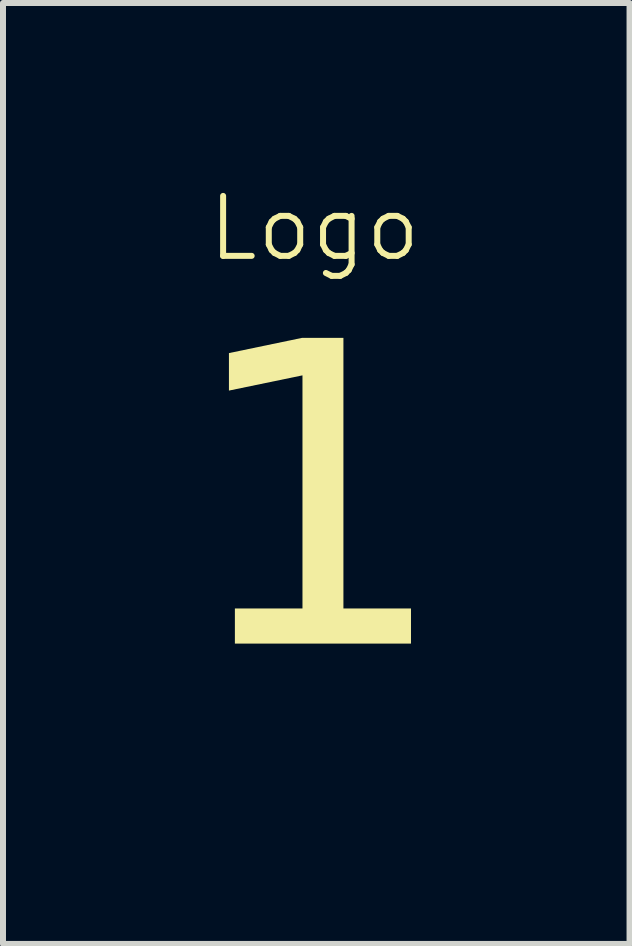
<source format=kicad_pcb>
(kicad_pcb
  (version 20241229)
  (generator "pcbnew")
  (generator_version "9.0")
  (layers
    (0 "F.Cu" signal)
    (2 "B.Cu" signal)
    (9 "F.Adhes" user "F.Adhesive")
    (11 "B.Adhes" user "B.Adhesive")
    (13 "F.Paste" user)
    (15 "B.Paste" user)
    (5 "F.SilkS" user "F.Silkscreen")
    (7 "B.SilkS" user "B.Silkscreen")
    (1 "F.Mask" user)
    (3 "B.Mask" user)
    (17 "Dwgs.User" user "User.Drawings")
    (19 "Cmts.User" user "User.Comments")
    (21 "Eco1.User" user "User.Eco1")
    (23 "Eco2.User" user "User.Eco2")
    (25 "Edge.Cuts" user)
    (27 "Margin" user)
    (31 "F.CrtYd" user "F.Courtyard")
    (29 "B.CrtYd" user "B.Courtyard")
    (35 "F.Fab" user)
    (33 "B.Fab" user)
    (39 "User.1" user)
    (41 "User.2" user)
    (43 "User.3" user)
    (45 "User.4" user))
  (footprint "Logo"
    (layer "F.Cu")
    (at 2.195 4.96)
    (property "Reference" "Logo" (at 0 -4.2 0) (unlocked yes) (layer "F.SilkS") (effects (font (size 1 1) (thickness 0.1))))
    (attr smd)
    (fp_text user "1" (at 0.03 0.65 0) (unlocked yes) (layer "F.SilkS") (effects (font (face "miscelaneous") (size 5 5) (thickness 0.1))))
    (fp_text user "${REFERENCE}" (at 0 3.86 0) (unlocked yes) (layer "User.3") (effects (font (size 1 1) (thickness 0.15)))))
  (gr_rect
    (start -3 -3)
    (end 7.45 12.694)
    (stroke (width 0.1) (type default))
    (fill no)
    (layer "Edge.Cuts")))
</source>
